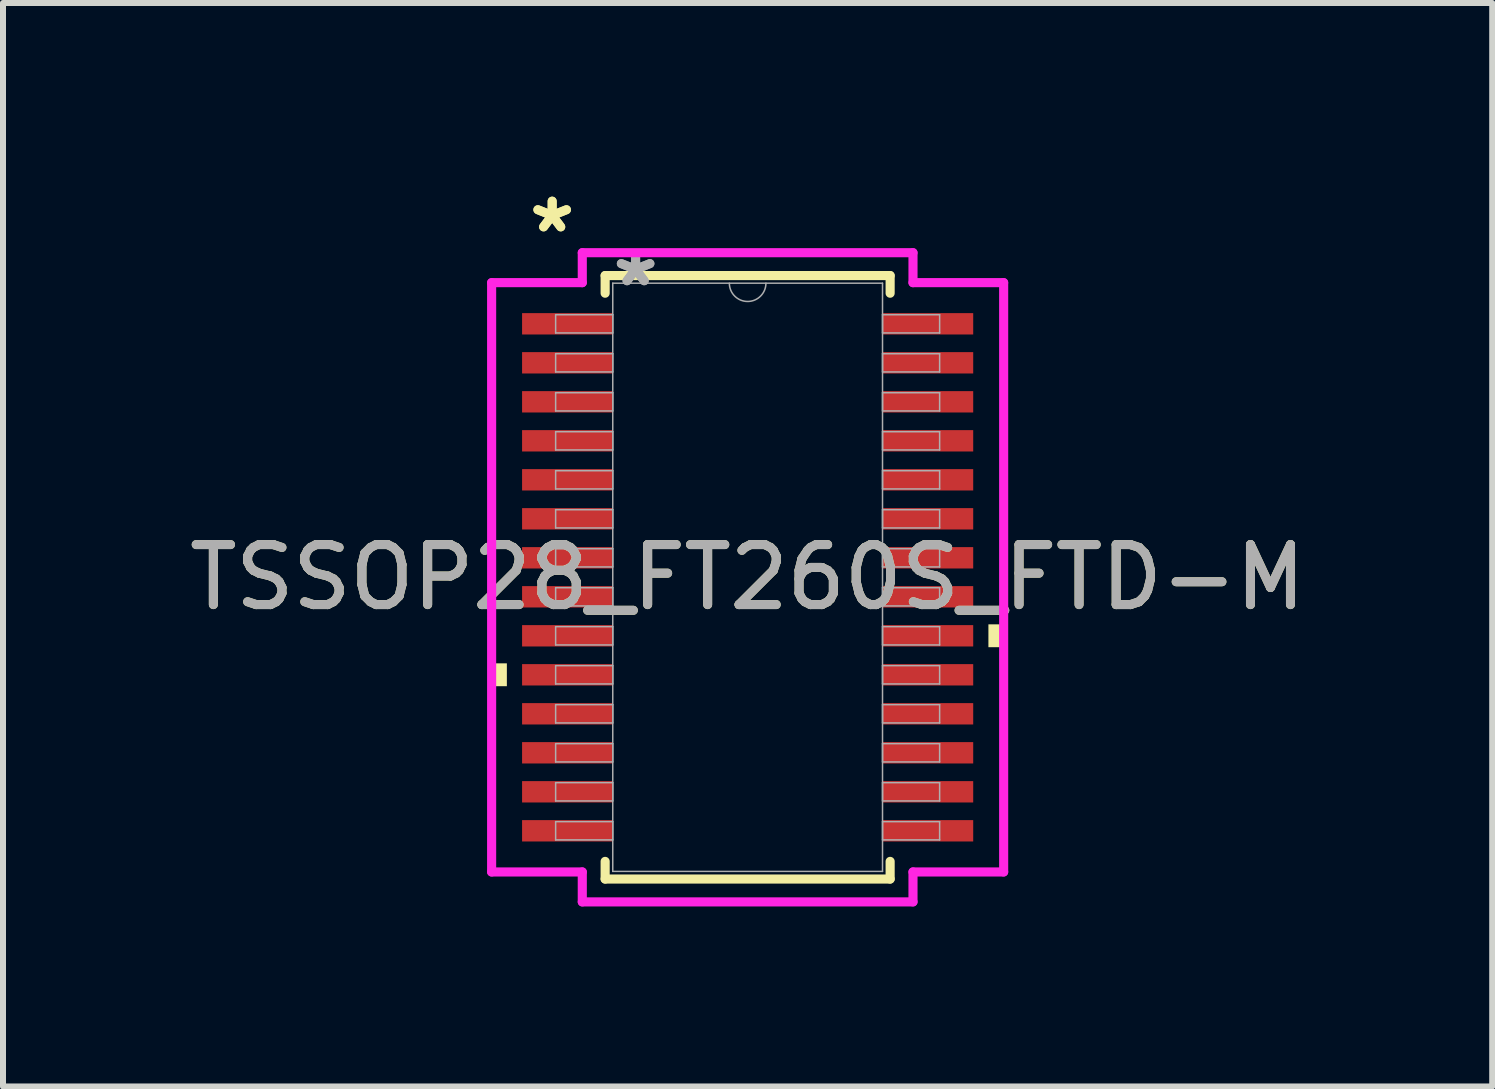
<source format=kicad_pcb>
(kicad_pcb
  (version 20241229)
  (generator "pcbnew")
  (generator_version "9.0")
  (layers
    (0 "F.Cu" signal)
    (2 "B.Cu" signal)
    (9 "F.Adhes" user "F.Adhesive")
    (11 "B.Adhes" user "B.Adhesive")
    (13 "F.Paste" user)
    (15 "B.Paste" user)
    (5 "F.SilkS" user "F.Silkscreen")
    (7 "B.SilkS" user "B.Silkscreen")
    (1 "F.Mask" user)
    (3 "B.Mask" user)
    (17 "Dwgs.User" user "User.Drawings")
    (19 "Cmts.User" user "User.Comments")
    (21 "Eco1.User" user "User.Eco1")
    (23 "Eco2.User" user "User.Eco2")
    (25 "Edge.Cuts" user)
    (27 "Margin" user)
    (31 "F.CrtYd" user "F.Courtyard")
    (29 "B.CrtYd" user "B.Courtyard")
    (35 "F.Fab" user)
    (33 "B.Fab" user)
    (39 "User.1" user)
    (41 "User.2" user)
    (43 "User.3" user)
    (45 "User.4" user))
  (footprint "TSSOP28_FT260S_FTD-M"
    (layer "F.Cu")
    (at 9.411 6.572)
    (property "Reference" "TSSOP28_FT260S_FTD-M" (at 0 0 0) (unlocked yes) (layer "F.SilkS") (effects (font (size 1 1) (thickness 0.15))))
    (attr smd)
    (fp_line (start -2.375 -5.029) (end -2.375 -4.735) (stroke (width 0.152) (type solid)) (layer "F.SilkS"))
    (fp_line (start -2.375 4.735) (end -2.375 5.029) (stroke (width 0.152) (type solid)) (layer "F.SilkS"))
    (fp_line (start -2.375 5.029) (end 2.375 5.029) (stroke (width 0.152) (type solid)) (layer "F.SilkS"))
    (fp_line (start 2.375 -5.029) (end -2.375 -5.029) (stroke (width 0.152) (type solid)) (layer "F.SilkS"))
    (fp_line (start 2.375 -4.735) (end 2.375 -5.029) (stroke (width 0.152) (type solid)) (layer "F.SilkS"))
    (fp_line (start 2.375 5.029) (end 2.375 4.735) (stroke (width 0.152) (type solid)) (layer "F.SilkS"))
    (fp_poly (pts (xy -4.267 1.434) (xy -4.267 1.815) (xy -4.013 1.815) (xy -4.013 1.434)) (stroke (width 0) (type solid)) (fill yes) (layer "F.SilkS"))
    (fp_poly (pts (xy 4.267 0.784) (xy 4.267 1.165) (xy 4.013 1.165) (xy 4.013 0.784)) (stroke (width 0) (type solid)) (fill yes) (layer "F.SilkS"))
    (fp_line (start -4.267 -4.911) (end -2.756 -4.911) (stroke (width 0.152) (type solid)) (layer "F.CrtYd"))
    (fp_line (start -4.267 4.911) (end -4.267 -4.911) (stroke (width 0.152) (type solid)) (layer "F.CrtYd"))
    (fp_line (start -4.267 4.911) (end -2.756 4.911) (stroke (width 0.152) (type solid)) (layer "F.CrtYd"))
    (fp_line (start -2.756 -5.41) (end 2.756 -5.41) (stroke (width 0.152) (type solid)) (layer "F.CrtYd"))
    (fp_line (start -2.756 -4.911) (end -2.756 -5.41) (stroke (width 0.152) (type solid)) (layer "F.CrtYd"))
    (fp_line (start -2.756 5.41) (end -2.756 4.911) (stroke (width 0.152) (type solid)) (layer "F.CrtYd"))
    (fp_line (start 2.756 -5.41) (end 2.756 -4.911) (stroke (width 0.152) (type solid)) (layer "F.CrtYd"))
    (fp_line (start 2.756 4.911) (end 2.756 5.41) (stroke (width 0.152) (type solid)) (layer "F.CrtYd"))
    (fp_line (start 2.756 5.41) (end -2.756 5.41) (stroke (width 0.152) (type solid)) (layer "F.CrtYd"))
    (fp_line (start 4.267 -4.911) (end 2.756 -4.911) (stroke (width 0.152) (type solid)) (layer "F.CrtYd"))
    (fp_line (start 4.267 -4.911) (end 4.267 4.911) (stroke (width 0.152) (type solid)) (layer "F.CrtYd"))
    (fp_line (start 4.267 4.911) (end 2.756 4.911) (stroke (width 0.152) (type solid)) (layer "F.CrtYd"))
    (fp_line (start -3.2 -4.377) (end -3.2 -4.073) (stroke (width 0.025) (type solid)) (layer "F.Fab"))
    (fp_line (start -3.2 -4.073) (end -2.248 -4.073) (stroke (width 0.025) (type solid)) (layer "F.Fab"))
    (fp_line (start -3.2 -3.727) (end -3.2 -3.423) (stroke (width 0.025) (type solid)) (layer "F.Fab"))
    (fp_line (start -3.2 -3.423) (end -2.248 -3.423) (stroke (width 0.025) (type solid)) (layer "F.Fab"))
    (fp_line (start -3.2 -3.077) (end -3.2 -2.773) (stroke (width 0.025) (type solid)) (layer "F.Fab"))
    (fp_line (start -3.2 -2.773) (end -2.248 -2.773) (stroke (width 0.025) (type solid)) (layer "F.Fab"))
    (fp_line (start -3.2 -2.427) (end -3.2 -2.123) (stroke (width 0.025) (type solid)) (layer "F.Fab"))
    (fp_line (start -3.2 -2.123) (end -2.248 -2.123) (stroke (width 0.025) (type solid)) (layer "F.Fab"))
    (fp_line (start -3.2 -1.777) (end -3.2 -1.473) (stroke (width 0.025) (type solid)) (layer "F.Fab"))
    (fp_line (start -3.2 -1.473) (end -2.248 -1.473) (stroke (width 0.025) (type solid)) (layer "F.Fab"))
    (fp_line (start -3.2 -1.127) (end -3.2 -0.823) (stroke (width 0.025) (type solid)) (layer "F.Fab"))
    (fp_line (start -3.2 -0.823) (end -2.248 -0.823) (stroke (width 0.025) (type solid)) (layer "F.Fab"))
    (fp_line (start -3.2 -0.477) (end -3.2 -0.173) (stroke (width 0.025) (type solid)) (layer "F.Fab"))
    (fp_line (start -3.2 -0.173) (end -2.248 -0.173) (stroke (width 0.025) (type solid)) (layer "F.Fab"))
    (fp_line (start -3.2 0.173) (end -3.2 0.477) (stroke (width 0.025) (type solid)) (layer "F.Fab"))
    (fp_line (start -3.2 0.477) (end -2.248 0.477) (stroke (width 0.025) (type solid)) (layer "F.Fab"))
    (fp_line (start -3.2 0.823) (end -3.2 1.127) (stroke (width 0.025) (type solid)) (layer "F.Fab"))
    (fp_line (start -3.2 1.127) (end -2.248 1.127) (stroke (width 0.025) (type solid)) (layer "F.Fab"))
    (fp_line (start -3.2 1.473) (end -3.2 1.777) (stroke (width 0.025) (type solid)) (layer "F.Fab"))
    (fp_line (start -3.2 1.777) (end -2.248 1.777) (stroke (width 0.025) (type solid)) (layer "F.Fab"))
    (fp_line (start -3.2 2.123) (end -3.2 2.427) (stroke (width 0.025) (type solid)) (layer "F.Fab"))
    (fp_line (start -3.2 2.427) (end -2.248 2.427) (stroke (width 0.025) (type solid)) (layer "F.Fab"))
    (fp_line (start -3.2 2.773) (end -3.2 3.077) (stroke (width 0.025) (type solid)) (layer "F.Fab"))
    (fp_line (start -3.2 3.077) (end -2.248 3.077) (stroke (width 0.025) (type solid)) (layer "F.Fab"))
    (fp_line (start -3.2 3.423) (end -3.2 3.727) (stroke (width 0.025) (type solid)) (layer "F.Fab"))
    (fp_line (start -3.2 3.727) (end -2.248 3.727) (stroke (width 0.025) (type solid)) (layer "F.Fab"))
    (fp_line (start -3.2 4.073) (end -3.2 4.377) (stroke (width 0.025) (type solid)) (layer "F.Fab"))
    (fp_line (start -3.2 4.377) (end -2.248 4.377) (stroke (width 0.025) (type solid)) (layer "F.Fab"))
    (fp_line (start -2.248 -4.902) (end -2.248 4.902) (stroke (width 0.025) (type solid)) (layer "F.Fab"))
    (fp_line (start -2.248 -4.377) (end -3.2 -4.377) (stroke (width 0.025) (type solid)) (layer "F.Fab"))
    (fp_line (start -2.248 -4.073) (end -2.248 -4.377) (stroke (width 0.025) (type solid)) (layer "F.Fab"))
    (fp_line (start -2.248 -3.727) (end -3.2 -3.727) (stroke (width 0.025) (type solid)) (layer "F.Fab"))
    (fp_line (start -2.248 -3.423) (end -2.248 -3.727) (stroke (width 0.025) (type solid)) (layer "F.Fab"))
    (fp_line (start -2.248 -3.077) (end -3.2 -3.077) (stroke (width 0.025) (type solid)) (layer "F.Fab"))
    (fp_line (start -2.248 -2.773) (end -2.248 -3.077) (stroke (width 0.025) (type solid)) (layer "F.Fab"))
    (fp_line (start -2.248 -2.427) (end -3.2 -2.427) (stroke (width 0.025) (type solid)) (layer "F.Fab"))
    (fp_line (start -2.248 -2.123) (end -2.248 -2.427) (stroke (width 0.025) (type solid)) (layer "F.Fab"))
    (fp_line (start -2.248 -1.777) (end -3.2 -1.777) (stroke (width 0.025) (type solid)) (layer "F.Fab"))
    (fp_line (start -2.248 -1.473) (end -2.248 -1.777) (stroke (width 0.025) (type solid)) (layer "F.Fab"))
    (fp_line (start -2.248 -1.127) (end -3.2 -1.127) (stroke (width 0.025) (type solid)) (layer "F.Fab"))
    (fp_line (start -2.248 -0.823) (end -2.248 -1.127) (stroke (width 0.025) (type solid)) (layer "F.Fab"))
    (fp_line (start -2.248 -0.477) (end -3.2 -0.477) (stroke (width 0.025) (type solid)) (layer "F.Fab"))
    (fp_line (start -2.248 -0.173) (end -2.248 -0.477) (stroke (width 0.025) (type solid)) (layer "F.Fab"))
    (fp_line (start -2.248 0.173) (end -3.2 0.173) (stroke (width 0.025) (type solid)) (layer "F.Fab"))
    (fp_line (start -2.248 0.477) (end -2.248 0.173) (stroke (width 0.025) (type solid)) (layer "F.Fab"))
    (fp_line (start -2.248 0.823) (end -3.2 0.823) (stroke (width 0.025) (type solid)) (layer "F.Fab"))
    (fp_line (start -2.248 1.127) (end -2.248 0.823) (stroke (width 0.025) (type solid)) (layer "F.Fab"))
    (fp_line (start -2.248 1.473) (end -3.2 1.473) (stroke (width 0.025) (type solid)) (layer "F.Fab"))
    (fp_line (start -2.248 1.777) (end -2.248 1.473) (stroke (width 0.025) (type solid)) (layer "F.Fab"))
    (fp_line (start -2.248 2.123) (end -3.2 2.123) (stroke (width 0.025) (type solid)) (layer "F.Fab"))
    (fp_line (start -2.248 2.427) (end -2.248 2.123) (stroke (width 0.025) (type solid)) (layer "F.Fab"))
    (fp_line (start -2.248 2.773) (end -3.2 2.773) (stroke (width 0.025) (type solid)) (layer "F.Fab"))
    (fp_line (start -2.248 3.077) (end -2.248 2.773) (stroke (width 0.025) (type solid)) (layer "F.Fab"))
    (fp_line (start -2.248 3.423) (end -3.2 3.423) (stroke (width 0.025) (type solid)) (layer "F.Fab"))
    (fp_line (start -2.248 3.727) (end -2.248 3.423) (stroke (width 0.025) (type solid)) (layer "F.Fab"))
    (fp_line (start -2.248 4.073) (end -3.2 4.073) (stroke (width 0.025) (type solid)) (layer "F.Fab"))
    (fp_line (start -2.248 4.377) (end -2.248 4.073) (stroke (width 0.025) (type solid)) (layer "F.Fab"))
    (fp_line (start -2.248 4.902) (end 2.248 4.902) (stroke (width 0.025) (type solid)) (layer "F.Fab"))
    (fp_line (start 2.248 -4.902) (end -2.248 -4.902) (stroke (width 0.025) (type solid)) (layer "F.Fab"))
    (fp_line (start 2.248 -4.377) (end 2.248 -4.073) (stroke (width 0.025) (type solid)) (layer "F.Fab"))
    (fp_line (start 2.248 -4.073) (end 3.2 -4.073) (stroke (width 0.025) (type solid)) (layer "F.Fab"))
    (fp_line (start 2.248 -3.727) (end 2.248 -3.423) (stroke (width 0.025) (type solid)) (layer "F.Fab"))
    (fp_line (start 2.248 -3.423) (end 3.2 -3.423) (stroke (width 0.025) (type solid)) (layer "F.Fab"))
    (fp_line (start 2.248 -3.077) (end 2.248 -2.773) (stroke (width 0.025) (type solid)) (layer "F.Fab"))
    (fp_line (start 2.248 -2.773) (end 3.2 -2.773) (stroke (width 0.025) (type solid)) (layer "F.Fab"))
    (fp_line (start 2.248 -2.427) (end 2.248 -2.123) (stroke (width 0.025) (type solid)) (layer "F.Fab"))
    (fp_line (start 2.248 -2.123) (end 3.2 -2.123) (stroke (width 0.025) (type solid)) (layer "F.Fab"))
    (fp_line (start 2.248 -1.777) (end 2.248 -1.473) (stroke (width 0.025) (type solid)) (layer "F.Fab"))
    (fp_line (start 2.248 -1.473) (end 3.2 -1.473) (stroke (width 0.025) (type solid)) (layer "F.Fab"))
    (fp_line (start 2.248 -1.127) (end 2.248 -0.823) (stroke (width 0.025) (type solid)) (layer "F.Fab"))
    (fp_line (start 2.248 -0.823) (end 3.2 -0.823) (stroke (width 0.025) (type solid)) (layer "F.Fab"))
    (fp_line (start 2.248 -0.477) (end 2.248 -0.173) (stroke (width 0.025) (type solid)) (layer "F.Fab"))
    (fp_line (start 2.248 -0.173) (end 3.2 -0.173) (stroke (width 0.025) (type solid)) (layer "F.Fab"))
    (fp_line (start 2.248 0.173) (end 2.248 0.477) (stroke (width 0.025) (type solid)) (layer "F.Fab"))
    (fp_line (start 2.248 0.477) (end 3.2 0.477) (stroke (width 0.025) (type solid)) (layer "F.Fab"))
    (fp_line (start 2.248 0.823) (end 2.248 1.127) (stroke (width 0.025) (type solid)) (layer "F.Fab"))
    (fp_line (start 2.248 1.127) (end 3.2 1.127) (stroke (width 0.025) (type solid)) (layer "F.Fab"))
    (fp_line (start 2.248 1.473) (end 2.248 1.777) (stroke (width 0.025) (type solid)) (layer "F.Fab"))
    (fp_line (start 2.248 1.777) (end 3.2 1.777) (stroke (width 0.025) (type solid)) (layer "F.Fab"))
    (fp_line (start 2.248 2.123) (end 2.248 2.427) (stroke (width 0.025) (type solid)) (layer "F.Fab"))
    (fp_line (start 2.248 2.427) (end 3.2 2.427) (stroke (width 0.025) (type solid)) (layer "F.Fab"))
    (fp_line (start 2.248 2.773) (end 2.248 3.077) (stroke (width 0.025) (type solid)) (layer "F.Fab"))
    (fp_line (start 2.248 3.077) (end 3.2 3.077) (stroke (width 0.025) (type solid)) (layer "F.Fab"))
    (fp_line (start 2.248 3.423) (end 2.248 3.727) (stroke (width 0.025) (type solid)) (layer "F.Fab"))
    (fp_line (start 2.248 3.727) (end 3.2 3.727) (stroke (width 0.025) (type solid)) (layer "F.Fab"))
    (fp_line (start 2.248 4.073) (end 2.248 4.377) (stroke (width 0.025) (type solid)) (layer "F.Fab"))
    (fp_line (start 2.248 4.377) (end 3.2 4.377) (stroke (width 0.025) (type solid)) (layer "F.Fab"))
    (fp_line (start 2.248 4.902) (end 2.248 -4.902) (stroke (width 0.025) (type solid)) (layer "F.Fab"))
    (fp_line (start 3.2 -4.377) (end 2.248 -4.377) (stroke (width 0.025) (type solid)) (layer "F.Fab"))
    (fp_line (start 3.2 -4.073) (end 3.2 -4.377) (stroke (width 0.025) (type solid)) (layer "F.Fab"))
    (fp_line (start 3.2 -3.727) (end 2.248 -3.727) (stroke (width 0.025) (type solid)) (layer "F.Fab"))
    (fp_line (start 3.2 -3.423) (end 3.2 -3.727) (stroke (width 0.025) (type solid)) (layer "F.Fab"))
    (fp_line (start 3.2 -3.077) (end 2.248 -3.077) (stroke (width 0.025) (type solid)) (layer "F.Fab"))
    (fp_line (start 3.2 -2.773) (end 3.2 -3.077) (stroke (width 0.025) (type solid)) (layer "F.Fab"))
    (fp_line (start 3.2 -2.427) (end 2.248 -2.427) (stroke (width 0.025) (type solid)) (layer "F.Fab"))
    (fp_line (start 3.2 -2.123) (end 3.2 -2.427) (stroke (width 0.025) (type solid)) (layer "F.Fab"))
    (fp_line (start 3.2 -1.777) (end 2.248 -1.777) (stroke (width 0.025) (type solid)) (layer "F.Fab"))
    (fp_line (start 3.2 -1.473) (end 3.2 -1.777) (stroke (width 0.025) (type solid)) (layer "F.Fab"))
    (fp_line (start 3.2 -1.127) (end 2.248 -1.127) (stroke (width 0.025) (type solid)) (layer "F.Fab"))
    (fp_line (start 3.2 -0.823) (end 3.2 -1.127) (stroke (width 0.025) (type solid)) (layer "F.Fab"))
    (fp_line (start 3.2 -0.477) (end 2.248 -0.477) (stroke (width 0.025) (type solid)) (layer "F.Fab"))
    (fp_line (start 3.2 -0.173) (end 3.2 -0.477) (stroke (width 0.025) (type solid)) (layer "F.Fab"))
    (fp_line (start 3.2 0.173) (end 2.248 0.173) (stroke (width 0.025) (type solid)) (layer "F.Fab"))
    (fp_line (start 3.2 0.477) (end 3.2 0.173) (stroke (width 0.025) (type solid)) (layer "F.Fab"))
    (fp_line (start 3.2 0.823) (end 2.248 0.823) (stroke (width 0.025) (type solid)) (layer "F.Fab"))
    (fp_line (start 3.2 1.127) (end 3.2 0.823) (stroke (width 0.025) (type solid)) (layer "F.Fab"))
    (fp_line (start 3.2 1.473) (end 2.248 1.473) (stroke (width 0.025) (type solid)) (layer "F.Fab"))
    (fp_line (start 3.2 1.777) (end 3.2 1.473) (stroke (width 0.025) (type solid)) (layer "F.Fab"))
    (fp_line (start 3.2 2.123) (end 2.248 2.123) (stroke (width 0.025) (type solid)) (layer "F.Fab"))
    (fp_line (start 3.2 2.427) (end 3.2 2.123) (stroke (width 0.025) (type solid)) (layer "F.Fab"))
    (fp_line (start 3.2 2.773) (end 2.248 2.773) (stroke (width 0.025) (type solid)) (layer "F.Fab"))
    (fp_line (start 3.2 3.077) (end 3.2 2.773) (stroke (width 0.025) (type solid)) (layer "F.Fab"))
    (fp_line (start 3.2 3.423) (end 2.248 3.423) (stroke (width 0.025) (type solid)) (layer "F.Fab"))
    (fp_line (start 3.2 3.727) (end 3.2 3.423) (stroke (width 0.025) (type solid)) (layer "F.Fab"))
    (fp_line (start 3.2 4.073) (end 2.248 4.073) (stroke (width 0.025) (type solid)) (layer "F.Fab"))
    (fp_line (start 3.2 4.377) (end 3.2 4.073) (stroke (width 0.025) (type solid)) (layer "F.Fab"))
    (fp_arc (start 0.3048 -4.9022) (mid 0 -4.5974) (end -0.3048 -4.9022) (stroke (width 0.0254) (type solid)) (layer "F.Fab"))
    (fp_text user "*" (at -3.258 -5.724 0) (unlocked yes) (layer "F.SilkS") (effects (font (size 1 1) (thickness 0.15))))
    (fp_text user "*" (at -3.258 -5.724 0) (layer "F.SilkS") (effects (font (size 1 1) (thickness 0.15))))
    (fp_text user "*" (at -1.867 -4.826 0) (layer "F.Fab") (effects (font (size 1 1) (thickness 0.15))))
    (fp_text user "*" (at -1.867 -4.826 0) (unlocked yes) (layer "F.Fab") (effects (font (size 1 1) (thickness 0.15))))
    (fp_text user "${REFERENCE}" (at 0 0 0) (unlocked yes) (layer "F.Fab") (effects (font (size 1 1) (thickness 0.15))))
    (pad "1" smd rect (at -3.004 -4.225) (size 1.511 0.356) (layers "F.Cu" "F.Mask" "F.Paste"))
    (pad "2" smd rect (at -3.004 -3.575) (size 1.511 0.356) (layers "F.Cu" "F.Mask" "F.Paste"))
    (pad "3" smd rect (at -3.004 -2.925) (size 1.511 0.356) (layers "F.Cu" "F.Mask" "F.Paste"))
    (pad "4" smd rect (at -3.004 -2.275) (size 1.511 0.356) (layers "F.Cu" "F.Mask" "F.Paste"))
    (pad "5" smd rect (at -3.004 -1.625) (size 1.511 0.356) (layers "F.Cu" "F.Mask" "F.Paste"))
    (pad "6" smd rect (at -3.004 -0.975) (size 1.511 0.356) (layers "F.Cu" "F.Mask" "F.Paste"))
    (pad "7" smd rect (at -3.004 -0.325) (size 1.511 0.356) (layers "F.Cu" "F.Mask" "F.Paste"))
    (pad "8" smd rect (at -3.004 0.325) (size 1.511 0.356) (layers "F.Cu" "F.Mask" "F.Paste"))
    (pad "9" smd rect (at -3.004 0.975) (size 1.511 0.356) (layers "F.Cu" "F.Mask" "F.Paste"))
    (pad "10" smd rect (at -3.004 1.625) (size 1.511 0.356) (layers "F.Cu" "F.Mask" "F.Paste"))
    (pad "11" smd rect (at -3.004 2.275) (size 1.511 0.356) (layers "F.Cu" "F.Mask" "F.Paste"))
    (pad "12" smd rect (at -3.004 2.925) (size 1.511 0.356) (layers "F.Cu" "F.Mask" "F.Paste"))
    (pad "13" smd rect (at -3.004 3.575) (size 1.511 0.356) (layers "F.Cu" "F.Mask" "F.Paste"))
    (pad "14" smd rect (at -3.004 4.225) (size 1.511 0.356) (layers "F.Cu" "F.Mask" "F.Paste"))
    (pad "15" smd rect (at 3.004 4.225) (size 1.511 0.356) (layers "F.Cu" "F.Mask" "F.Paste"))
    (pad "16" smd rect (at 3.004 3.575) (size 1.511 0.356) (layers "F.Cu" "F.Mask" "F.Paste"))
    (pad "17" smd rect (at 3.004 2.925) (size 1.511 0.356) (layers "F.Cu" "F.Mask" "F.Paste"))
    (pad "18" smd rect (at 3.004 2.275) (size 1.511 0.356) (layers "F.Cu" "F.Mask" "F.Paste"))
    (pad "19" smd rect (at 3.004 1.625) (size 1.511 0.356) (layers "F.Cu" "F.Mask" "F.Paste"))
    (pad "20" smd rect (at 3.004 0.975) (size 1.511 0.356) (layers "F.Cu" "F.Mask" "F.Paste"))
    (pad "21" smd rect (at 3.004 0.325) (size 1.511 0.356) (layers "F.Cu" "F.Mask" "F.Paste"))
    (pad "22" smd rect (at 3.004 -0.325) (size 1.511 0.356) (layers "F.Cu" "F.Mask" "F.Paste"))
    (pad "23" smd rect (at 3.004 -0.975) (size 1.511 0.356) (layers "F.Cu" "F.Mask" "F.Paste"))
    (pad "24" smd rect (at 3.004 -1.625) (size 1.511 0.356) (layers "F.Cu" "F.Mask" "F.Paste"))
    (pad "25" smd rect (at 3.004 -2.275) (size 1.511 0.356) (layers "F.Cu" "F.Mask" "F.Paste"))
    (pad "26" smd rect (at 3.004 -2.925) (size 1.511 0.356) (layers "F.Cu" "F.Mask" "F.Paste"))
    (pad "27" smd rect (at 3.004 -3.575) (size 1.511 0.356) (layers "F.Cu" "F.Mask" "F.Paste"))
    (pad "28" smd rect (at 3.004 -4.225) (size 1.511 0.356) (layers "F.Cu" "F.Mask" "F.Paste")))
  (gr_rect
    (start -3 -3)
    (end 21.821 15.058)
    (stroke (width 0.1) (type default))
    (fill no)
    (layer "Edge.Cuts")))
</source>
